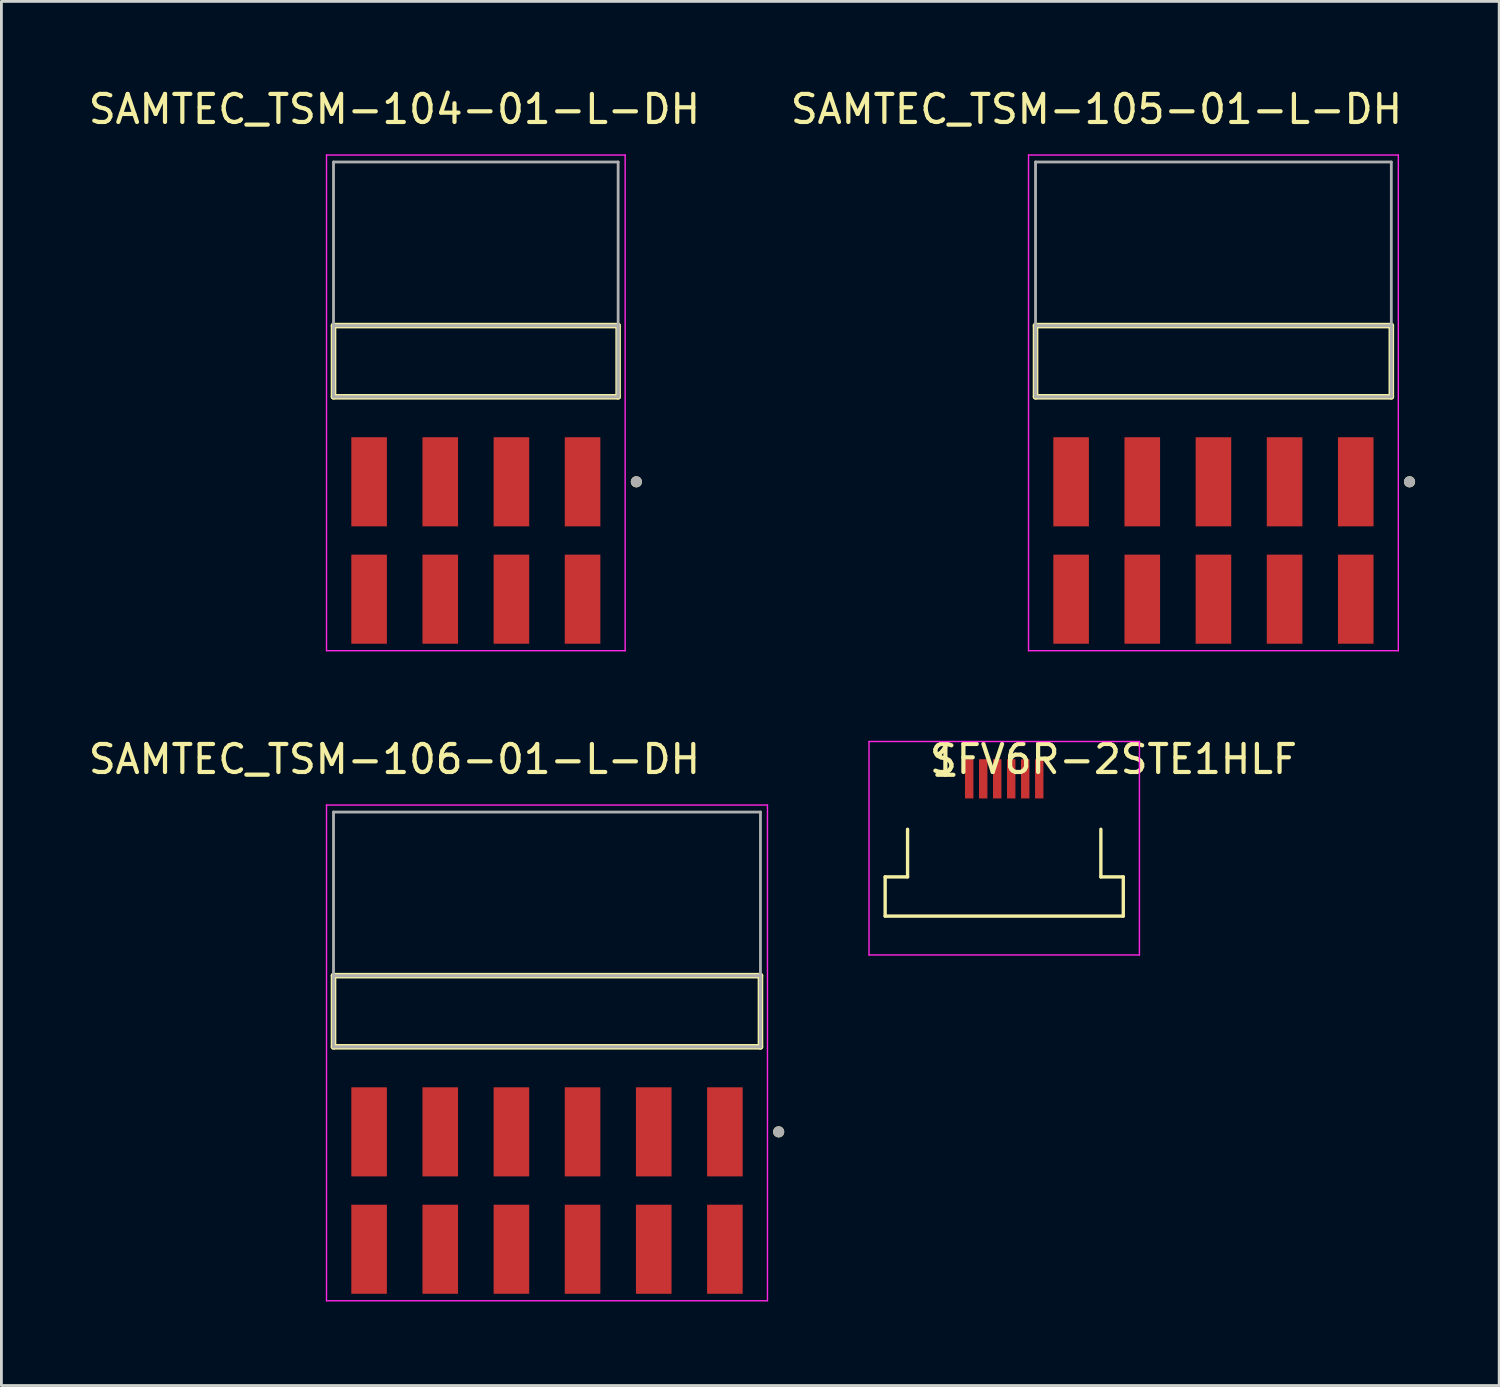
<source format=kicad_pcb>
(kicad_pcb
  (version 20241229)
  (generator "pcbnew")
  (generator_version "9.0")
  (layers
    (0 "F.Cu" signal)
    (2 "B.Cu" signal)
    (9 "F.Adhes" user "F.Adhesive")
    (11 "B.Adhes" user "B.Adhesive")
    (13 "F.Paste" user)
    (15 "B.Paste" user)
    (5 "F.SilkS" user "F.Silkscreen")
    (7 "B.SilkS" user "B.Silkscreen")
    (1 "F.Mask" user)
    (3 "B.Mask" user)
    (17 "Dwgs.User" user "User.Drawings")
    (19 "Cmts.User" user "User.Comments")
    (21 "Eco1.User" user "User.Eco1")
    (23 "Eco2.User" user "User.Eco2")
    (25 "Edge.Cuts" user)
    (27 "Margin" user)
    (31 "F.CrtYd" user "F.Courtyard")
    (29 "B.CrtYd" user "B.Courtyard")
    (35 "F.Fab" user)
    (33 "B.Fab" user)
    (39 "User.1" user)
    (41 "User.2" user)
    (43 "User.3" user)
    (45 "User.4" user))
  (footprint "SFV6R-2STE1HLF"
    (layer "F.Cu")
    (at 32.796 25.451)
    (property "Reference" "SFV6R-2STE1HLF" (at 3.9 -1.4 0) (layer "F.SilkS") (effects (font (size 1 1) (thickness 0.15))))
    (attr through_hole)
    (fp_line (start -4.25 2.8) (end -4.25 4.2) (stroke (width 0.12) (type solid)) (layer "F.SilkS"))
    (fp_line (start -4.25 2.8) (end -3.45 2.8) (stroke (width 0.12) (type solid)) (layer "F.SilkS"))
    (fp_line (start -3.45 1.1) (end -3.45 2.8) (stroke (width 0.12) (type solid)) (layer "F.SilkS"))
    (fp_line (start 3.45 1.1) (end 3.45 2.8) (stroke (width 0.12) (type solid)) (layer "F.SilkS"))
    (fp_line (start 3.45 2.8) (end 4.25 2.8) (stroke (width 0.12) (type solid)) (layer "F.SilkS"))
    (fp_line (start 4.25 2.8) (end 4.25 4.2) (stroke (width 0.12) (type solid)) (layer "F.SilkS"))
    (fp_line (start 4.25 4.2) (end -4.25 4.2) (stroke (width 0.12) (type solid)) (layer "F.SilkS"))
    (fp_line (start -4.826 -2.032) (end 4.826 -2.032) (stroke (width 0.05) (type solid)) (layer "F.CrtYd"))
    (fp_line (start -4.826 5.588) (end -4.826 -2.032) (stroke (width 0.05) (type solid)) (layer "F.CrtYd"))
    (fp_line (start 4.826 -2.032) (end 4.826 5.588) (stroke (width 0.05) (type solid)) (layer "F.CrtYd"))
    (fp_line (start 4.826 5.588) (end -4.826 5.588) (stroke (width 0.05) (type solid)) (layer "F.CrtYd"))
    (fp_text user "1" (at -2.1 -1.3 0) (unlocked yes) (layer "F.SilkS") (effects (font (size 1 1) (thickness 0.15))))
    (pad "" smd custom (at -3.025 0.55) (size 0.1 0.1) (layers "F.Paste") (options (anchor rect)) (primitives (gr_poly (pts (xy 1.325 1.15) (xy 0.075 1.15) (xy 0.075 0.45) (xy -1.325 0.45) (xy -1.325 -0.65) (xy -0.625 -0.65) (xy -0.625 -1.15) (xy 1.325 -1.15)) (width 0) (fill yes))))
    (pad "" smd custom (at 3.025 0.55) (size 0.1 0.1) (layers "F.Paste") (options (anchor rect)) (primitives (gr_poly (pts (xy 0.625 -0.65) (xy 1.325 -0.65) (xy 1.325 0.45) (xy -0.075 0.45) (xy -0.075 1.15) (xy -1.325 1.15) (xy -1.325 -1.15) (xy 0.625 -1.15)) (width 0) (fill yes))))
    (pad "1" smd rect (at -1.25 -0.7) (size 0.3 1.4) (layers "F.Cu" "F.Mask" "F.Paste"))
    (pad "2" smd rect (at -0.75 -0.7) (size 0.3 1.4) (layers "F.Cu" "F.Mask" "F.Paste"))
    (pad "3" smd rect (at -0.25 -0.7) (size 0.3 1.4) (layers "F.Cu" "F.Mask" "F.Paste"))
    (pad "4" smd rect (at 0.25 -0.7) (size 0.3 1.4) (layers "F.Cu" "F.Mask" "F.Paste"))
    (pad "5" smd rect (at 0.75 -0.7) (size 0.3 1.4) (layers "F.Cu" "F.Mask" "F.Paste"))
    (pad "6" smd rect (at 1.25 -0.7) (size 0.3 1.4) (layers "F.Cu" "F.Mask" "F.Paste")))
  (footprint "SAMTEC_TSM-106-01-L-DH"
    (layer "F.Cu")
    (at 16.475 33.047)
    (property "Reference" "SAMTEC_TSM-106-01-L-DH" (at -5.445 -8.995 0) (layer "F.SilkS") (effects (font (size 1 1) (thickness 0.15))))
    (attr smd)
    (fp_line (start -7.62 1.27) (end -7.62 -1.27) (stroke (width 0.2) (type solid)) (layer "F.SilkS"))
    (fp_line (start 7.62 -1.27) (end -7.62 -1.27) (stroke (width 0.2) (type solid)) (layer "F.SilkS"))
    (fp_line (start 7.62 -1.27) (end 7.62 1.27) (stroke (width 0.2) (type solid)) (layer "F.SilkS"))
    (fp_line (start 7.62 1.27) (end -7.62 1.27) (stroke (width 0.2) (type solid)) (layer "F.SilkS"))
    (fp_circle (center 8.27 4.305) (end 8.37 4.305) (stroke (width 0.2) (type solid)) (fill no) (layer "F.SilkS"))
    (fp_line (start -7.87 -7.36) (end 7.87 -7.36) (stroke (width 0.05) (type solid)) (layer "F.CrtYd"))
    (fp_line (start -7.87 10.335) (end -7.87 -7.36) (stroke (width 0.05) (type solid)) (layer "F.CrtYd"))
    (fp_line (start 7.87 -7.36) (end 7.87 10.335) (stroke (width 0.05) (type solid)) (layer "F.CrtYd"))
    (fp_line (start 7.87 10.335) (end -7.87 10.335) (stroke (width 0.05) (type solid)) (layer "F.CrtYd"))
    (fp_line (start -7.62 -7.11) (end 7.62 -7.11) (stroke (width 0.1) (type solid)) (layer "F.Fab"))
    (fp_line (start -7.62 -1.27) (end 7.62 -1.27) (stroke (width 0.1) (type solid)) (layer "F.Fab"))
    (fp_line (start -7.62 1.27) (end -7.62 -7.11) (stroke (width 0.1) (type solid)) (layer "F.Fab"))
    (fp_line (start -7.62 1.27) (end -7.62 -1.27) (stroke (width 0.1) (type solid)) (layer "F.Fab"))
    (fp_line (start 7.62 -7.11) (end 7.62 1.27) (stroke (width 0.1) (type solid)) (layer "F.Fab"))
    (fp_line (start 7.62 -1.27) (end 7.62 1.27) (stroke (width 0.1) (type solid)) (layer "F.Fab"))
    (fp_line (start 7.62 1.27) (end -7.62 1.27) (stroke (width 0.1) (type solid)) (layer "F.Fab"))
    (fp_circle (center 8.27 4.305) (end 8.37 4.305) (stroke (width 0.2) (type solid)) (fill no) (layer "F.Fab"))
    (pad "01" smd rect (at 6.35 4.305) (size 1.27 3.18) (layers "F.Cu" "F.Mask" "F.Paste"))
    (pad "02" smd rect (at 6.35 8.495) (size 1.27 3.18) (layers "F.Cu" "F.Mask" "F.Paste"))
    (pad "03" smd rect (at 3.81 4.305) (size 1.27 3.18) (layers "F.Cu" "F.Mask" "F.Paste"))
    (pad "04" smd rect (at 3.81 8.495) (size 1.27 3.18) (layers "F.Cu" "F.Mask" "F.Paste"))
    (pad "05" smd rect (at 1.27 4.305) (size 1.27 3.18) (layers "F.Cu" "F.Mask" "F.Paste"))
    (pad "06" smd rect (at 1.27 8.495) (size 1.27 3.18) (layers "F.Cu" "F.Mask" "F.Paste"))
    (pad "07" smd rect (at -1.27 4.305) (size 1.27 3.18) (layers "F.Cu" "F.Mask" "F.Paste"))
    (pad "08" smd rect (at -1.27 8.495) (size 1.27 3.18) (layers "F.Cu" "F.Mask" "F.Paste"))
    (pad "09" smd rect (at -3.81 4.305) (size 1.27 3.18) (layers "F.Cu" "F.Mask" "F.Paste"))
    (pad "10" smd rect (at -3.81 8.495) (size 1.27 3.18) (layers "F.Cu" "F.Mask" "F.Paste"))
    (pad "11" smd rect (at -6.35 4.305) (size 1.27 3.18) (layers "F.Cu" "F.Mask" "F.Paste"))
    (pad "12" smd rect (at -6.35 8.495) (size 1.27 3.18) (layers "F.Cu" "F.Mask" "F.Paste")))
  (footprint "SAMTEC_TSM-104-01-L-DH"
    (layer "F.Cu")
    (at 13.935 9.843)
    (property "Reference" "SAMTEC_TSM-104-01-L-DH" (at -2.905 -8.995 0) (layer "F.SilkS") (effects (font (size 1 1) (thickness 0.15))))
    (attr smd)
    (fp_line (start -5.08 1.27) (end -5.08 -1.27) (stroke (width 0.2) (type solid)) (layer "F.SilkS"))
    (fp_line (start 5.08 -1.27) (end -5.08 -1.27) (stroke (width 0.2) (type solid)) (layer "F.SilkS"))
    (fp_line (start 5.08 -1.27) (end 5.08 1.27) (stroke (width 0.2) (type solid)) (layer "F.SilkS"))
    (fp_line (start 5.08 1.27) (end -5.08 1.27) (stroke (width 0.2) (type solid)) (layer "F.SilkS"))
    (fp_circle (center 5.73 4.305) (end 5.83 4.305) (stroke (width 0.2) (type solid)) (fill no) (layer "F.SilkS"))
    (fp_line (start -5.33 -7.36) (end 5.33 -7.36) (stroke (width 0.05) (type solid)) (layer "F.CrtYd"))
    (fp_line (start -5.33 10.335) (end -5.33 -7.36) (stroke (width 0.05) (type solid)) (layer "F.CrtYd"))
    (fp_line (start 5.33 -7.36) (end 5.33 10.335) (stroke (width 0.05) (type solid)) (layer "F.CrtYd"))
    (fp_line (start 5.33 10.335) (end -5.33 10.335) (stroke (width 0.05) (type solid)) (layer "F.CrtYd"))
    (fp_line (start -5.08 -7.11) (end 5.08 -7.11) (stroke (width 0.1) (type solid)) (layer "F.Fab"))
    (fp_line (start -5.08 -1.27) (end 5.08 -1.27) (stroke (width 0.1) (type solid)) (layer "F.Fab"))
    (fp_line (start -5.08 1.27) (end -5.08 -7.11) (stroke (width 0.1) (type solid)) (layer "F.Fab"))
    (fp_line (start -5.08 1.27) (end -5.08 -1.27) (stroke (width 0.1) (type solid)) (layer "F.Fab"))
    (fp_line (start 5.08 -7.11) (end 5.08 1.27) (stroke (width 0.1) (type solid)) (layer "F.Fab"))
    (fp_line (start 5.08 -1.27) (end 5.08 1.27) (stroke (width 0.1) (type solid)) (layer "F.Fab"))
    (fp_line (start 5.08 1.27) (end -5.08 1.27) (stroke (width 0.1) (type solid)) (layer "F.Fab"))
    (fp_circle (center 5.73 4.305) (end 5.83 4.305) (stroke (width 0.2) (type solid)) (fill no) (layer "F.Fab"))
    (pad "01" smd rect (at 3.81 4.305) (size 1.27 3.18) (layers "F.Cu" "F.Mask" "F.Paste"))
    (pad "02" smd rect (at 3.81 8.495) (size 1.27 3.18) (layers "F.Cu" "F.Mask" "F.Paste"))
    (pad "03" smd rect (at 1.27 4.305) (size 1.27 3.18) (layers "F.Cu" "F.Mask" "F.Paste"))
    (pad "04" smd rect (at 1.27 8.495) (size 1.27 3.18) (layers "F.Cu" "F.Mask" "F.Paste"))
    (pad "05" smd rect (at -1.27 4.305) (size 1.27 3.18) (layers "F.Cu" "F.Mask" "F.Paste"))
    (pad "06" smd rect (at -1.27 8.495) (size 1.27 3.18) (layers "F.Cu" "F.Mask" "F.Paste"))
    (pad "07" smd rect (at -3.81 4.305) (size 1.27 3.18) (layers "F.Cu" "F.Mask" "F.Paste"))
    (pad "08" smd rect (at -3.81 8.495) (size 1.27 3.18) (layers "F.Cu" "F.Mask" "F.Paste")))
  (footprint "SAMTEC_TSM-105-01-L-DH"
    (layer "F.Cu")
    (at 40.264 9.843)
    (property "Reference" "SAMTEC_TSM-105-01-L-DH" (at -4.175 -8.995 0) (layer "F.SilkS") (effects (font (size 1 1) (thickness 0.15))))
    (attr smd)
    (fp_line (start -6.35 1.27) (end -6.35 -1.27) (stroke (width 0.2) (type solid)) (layer "F.SilkS"))
    (fp_line (start 6.35 -1.27) (end -6.35 -1.27) (stroke (width 0.2) (type solid)) (layer "F.SilkS"))
    (fp_line (start 6.35 -1.27) (end 6.35 1.27) (stroke (width 0.2) (type solid)) (layer "F.SilkS"))
    (fp_line (start 6.35 1.27) (end -6.35 1.27) (stroke (width 0.2) (type solid)) (layer "F.SilkS"))
    (fp_circle (center 7 4.305) (end 7.1 4.305) (stroke (width 0.2) (type solid)) (fill no) (layer "F.SilkS"))
    (fp_line (start -6.6 -7.36) (end 6.6 -7.36) (stroke (width 0.05) (type solid)) (layer "F.CrtYd"))
    (fp_line (start -6.6 10.335) (end -6.6 -7.36) (stroke (width 0.05) (type solid)) (layer "F.CrtYd"))
    (fp_line (start 6.6 -7.36) (end 6.6 10.335) (stroke (width 0.05) (type solid)) (layer "F.CrtYd"))
    (fp_line (start 6.6 10.335) (end -6.6 10.335) (stroke (width 0.05) (type solid)) (layer "F.CrtYd"))
    (fp_line (start -6.35 -7.11) (end 6.35 -7.11) (stroke (width 0.1) (type solid)) (layer "F.Fab"))
    (fp_line (start -6.35 -1.27) (end 6.35 -1.27) (stroke (width 0.1) (type solid)) (layer "F.Fab"))
    (fp_line (start -6.35 1.27) (end -6.35 -7.11) (stroke (width 0.1) (type solid)) (layer "F.Fab"))
    (fp_line (start -6.35 1.27) (end -6.35 -1.27) (stroke (width 0.1) (type solid)) (layer "F.Fab"))
    (fp_line (start 6.35 -7.11) (end 6.35 1.27) (stroke (width 0.1) (type solid)) (layer "F.Fab"))
    (fp_line (start 6.35 -1.27) (end 6.35 1.27) (stroke (width 0.1) (type solid)) (layer "F.Fab"))
    (fp_line (start 6.35 1.27) (end -6.35 1.27) (stroke (width 0.1) (type solid)) (layer "F.Fab"))
    (fp_circle (center 7 4.305) (end 7.1 4.305) (stroke (width 0.2) (type solid)) (fill no) (layer "F.Fab"))
    (pad "01" smd rect (at 5.08 4.305) (size 1.27 3.18) (layers "F.Cu" "F.Mask" "F.Paste"))
    (pad "02" smd rect (at 5.08 8.495) (size 1.27 3.18) (layers "F.Cu" "F.Mask" "F.Paste"))
    (pad "03" smd rect (at 2.54 4.305) (size 1.27 3.18) (layers "F.Cu" "F.Mask" "F.Paste"))
    (pad "04" smd rect (at 2.54 8.495) (size 1.27 3.18) (layers "F.Cu" "F.Mask" "F.Paste"))
    (pad "05" smd rect (at 0 4.305) (size 1.27 3.18) (layers "F.Cu" "F.Mask" "F.Paste"))
    (pad "06" smd rect (at 0 8.495) (size 1.27 3.18) (layers "F.Cu" "F.Mask" "F.Paste"))
    (pad "07" smd rect (at -2.54 4.305) (size 1.27 3.18) (layers "F.Cu" "F.Mask" "F.Paste"))
    (pad "08" smd rect (at -2.54 8.495) (size 1.27 3.18) (layers "F.Cu" "F.Mask" "F.Paste"))
    (pad "09" smd rect (at -5.08 4.305) (size 1.27 3.18) (layers "F.Cu" "F.Mask" "F.Paste"))
    (pad "10" smd rect (at -5.08 8.495) (size 1.27 3.18) (layers "F.Cu" "F.Mask" "F.Paste")))
  (gr_rect
    (start -3 -3)
    (end 50.464 46.407)
    (stroke (width 0.1) (type default))
    (fill no)
    (layer "Edge.Cuts")))
</source>
